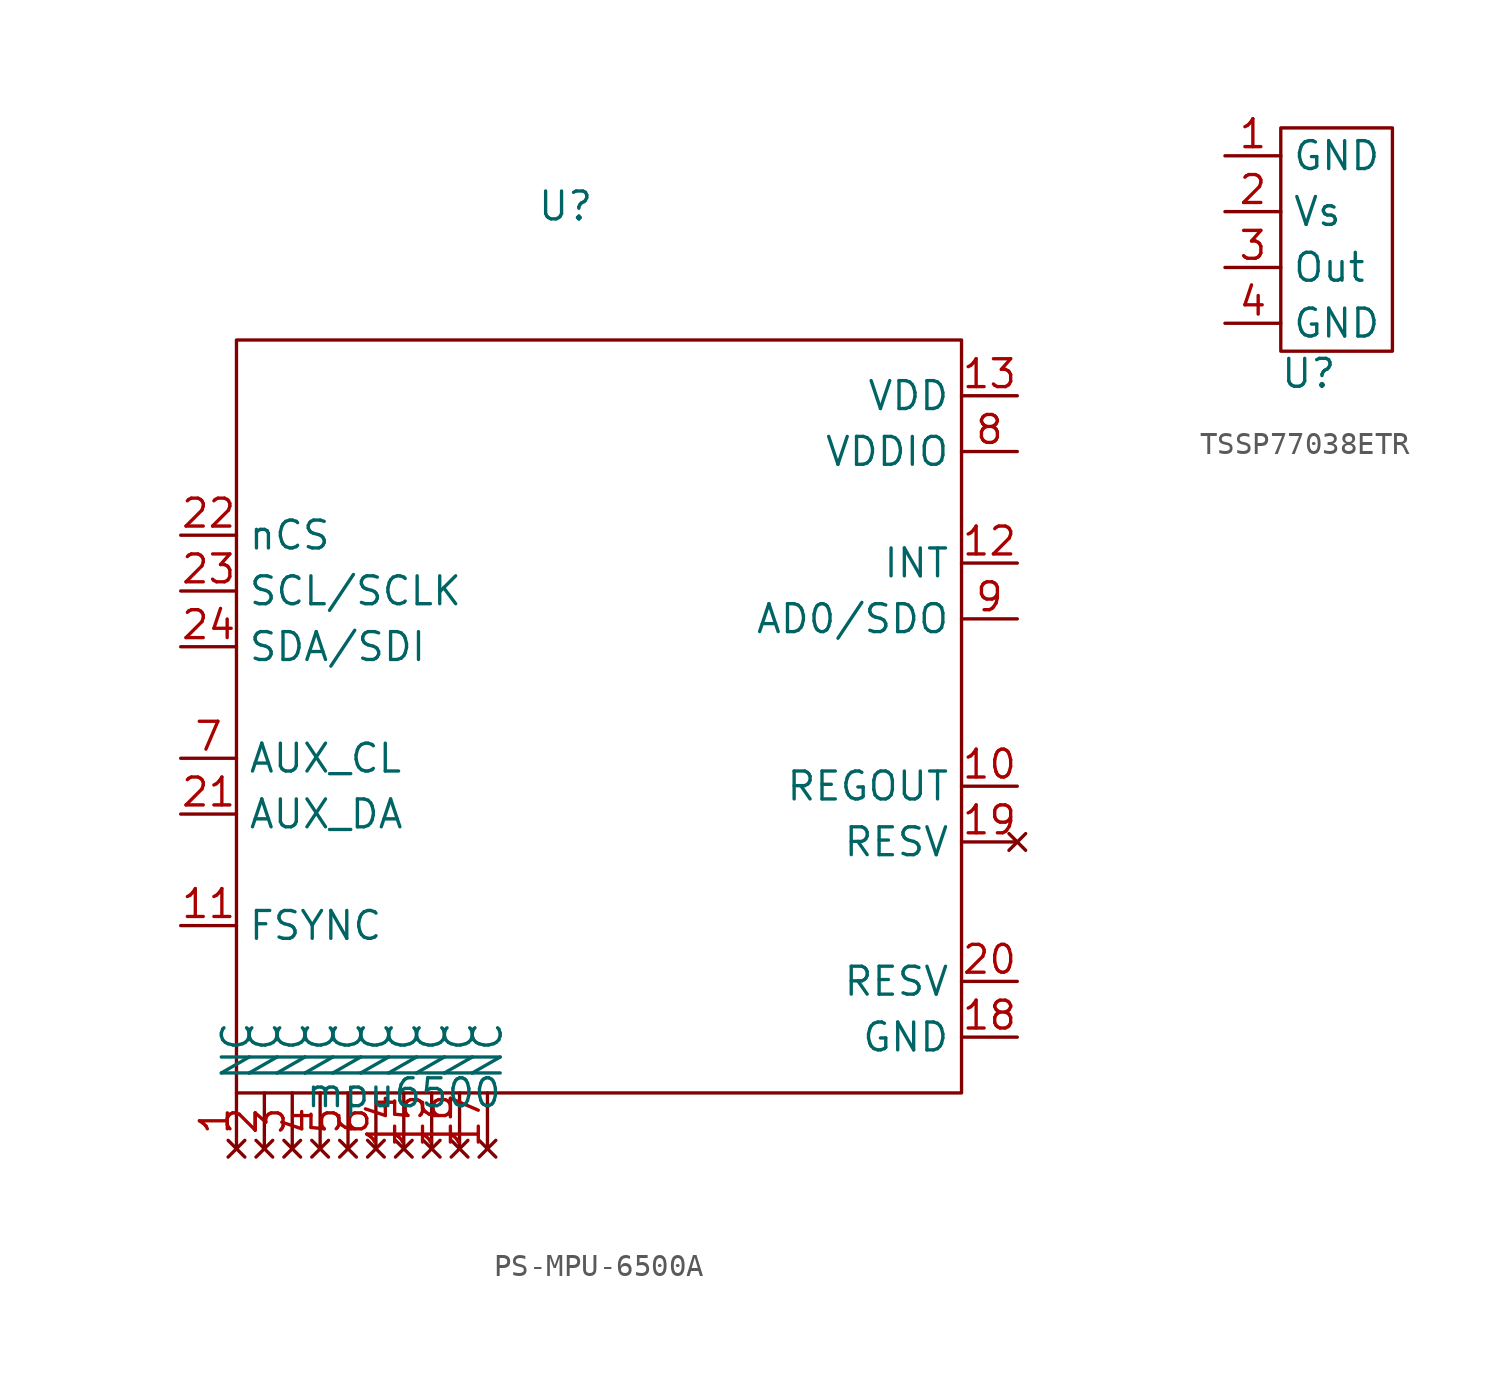
<source format=kicad_sym>
(kicad_symbol_lib
  (version 20241209)
  (generator "kicad_symbol_editor")
  (generator_version "9.0")
  (symbol "PS-MPU-6500A"
    (property "Reference" "U"
      (at 7.366 40.386 0)
      (effects (font (size 1.27 1.27))))
    (property "Value" "mpu6500"
      (at 0 0 0)
      (effects (font (size 1.27 1.27))))
    (symbol "PS-MPU-6500A_0_1"
      (rectangle (start -7.62 34.29) (end 25.4 0) (stroke (width 0) (type default)) (fill (type none))))
    (symbol "PS-MPU-6500A_1_1"
      (pin input line (at -10.16 25.4 0) (length 2.54) (name "nCS" (effects (font (size 1.27 1.27)))) (number "22" (effects (font (size 1.27 1.27)))))
      (pin bidirectional line (at -10.16 22.86 0) (length 2.54) (name "SCL/SCLK" (effects (font (size 1.27 1.27)))) (number "23" (effects (font (size 1.27 1.27)))))
      (pin bidirectional line (at -10.16 20.32 0) (length 2.54) (name "SDA/SDI" (effects (font (size 1.27 1.27)))) (number "24" (effects (font (size 1.27 1.27)))))
      (pin bidirectional line (at -10.16 15.24 0) (length 2.54) (name "AUX_CL" (effects (font (size 1.27 1.27)))) (number "7" (effects (font (size 1.27 1.27)))))
      (pin bidirectional line (at -10.16 12.7 0) (length 2.54) (name "AUX_DA" (effects (font (size 1.27 1.27)))) (number "21" (effects (font (size 1.27 1.27)))))
      (pin output line (at -10.16 7.62 0) (length 2.54) (name "FSYNC" (effects (font (size 1.27 1.27)))) (number "11" (effects (font (size 1.27 1.27)))))
      (pin no_connect line (at -7.62 -2.54 90) (length 2.54) (name "NC" (effects (font (size 1.27 1.27)))) (number "1" (effects (font (size 1.27 1.27)))))
      (pin no_connect line (at -6.35 -2.54 90) (length 2.54) (name "NC" (effects (font (size 1.27 1.27)))) (number "2" (effects (font (size 1.27 1.27)))))
      (pin no_connect line (at -5.08 -2.54 90) (length 2.54) (name "NC" (effects (font (size 1.27 1.27)))) (number "3" (effects (font (size 1.27 1.27)))))
      (pin no_connect line (at -3.81 -2.54 90) (length 2.54) (name "NC" (effects (font (size 1.27 1.27)))) (number "4" (effects (font (size 1.27 1.27)))))
      (pin no_connect line (at -2.54 -2.54 90) (length 2.54) (name "NC" (effects (font (size 1.27 1.27)))) (number "5" (effects (font (size 1.27 1.27)))))
      (pin no_connect line (at -1.27 -2.54 90) (length 2.54) (name "NC" (effects (font (size 1.27 1.27)))) (number "6" (effects (font (size 1.27 1.27)))))
      (pin no_connect line (at 0 -2.54 90) (length 2.54) (name "NC" (effects (font (size 1.27 1.27)))) (number "14" (effects (font (size 1.27 1.27)))))
      (pin no_connect line (at 1.27 -2.54 90) (length 2.54) (name "NC" (effects (font (size 1.27 1.27)))) (number "15" (effects (font (size 1.27 1.27)))))
      (pin no_connect line (at 2.54 -2.54 90) (length 2.54) (name "NC" (effects (font (size 1.27 1.27)))) (number "16" (effects (font (size 1.27 1.27)))))
      (pin no_connect line (at 3.81 -2.54 90) (length 2.54) (name "NC" (effects (font (size 1.27 1.27)))) (number "17" (effects (font (size 1.27 1.27)))))
      (pin input line (at 27.94 31.75 180) (length 2.54) (name "VDD" (effects (font (size 1.27 1.27)))) (number "13" (effects (font (size 1.27 1.27)))))
      (pin input line (at 27.94 29.21 180) (length 2.54) (name "VDDIO" (effects (font (size 1.27 1.27)))) (number "8" (effects (font (size 1.27 1.27)))))
      (pin output line (at 27.94 24.13 180) (length 2.54) (name "INT" (effects (font (size 1.27 1.27)))) (number "12" (effects (font (size 1.27 1.27)))))
      (pin output line (at 27.94 21.59 180) (length 2.54) (name "AD0/SDO" (effects (font (size 1.27 1.27)))) (number "9" (effects (font (size 1.27 1.27)))))
      (pin input line (at 27.94 13.97 180) (length 2.54) (name "REGOUT" (effects (font (size 1.27 1.27)))) (number "10" (effects (font (size 1.27 1.27)))))
      (pin no_connect line (at 27.94 11.43 180) (length 2.54) (name "RESV" (effects (font (size 1.27 1.27)))) (number "19" (effects (font (size 1.27 1.27)))))
      (pin input line (at 27.94 5.08 180) (length 2.54) (name "RESV" (effects (font (size 1.27 1.27)))) (number "20" (effects (font (size 1.27 1.27)))))
      (pin input line (at 27.94 2.54 180) (length 2.54) (name "GND" (effects (font (size 1.27 1.27)))) (number "18" (effects (font (size 1.27 1.27)))))))
  (symbol "TSSP77038ETR"
    (property "Reference" "U"
      (at 0 -2.286 0)
      (effects (font (size 1.27 1.27))))
    (property "Value" ""
      (at 0 0 0)
      (effects (font (size 1.27 1.27))))
    (symbol "TSSP77038ETR_0_1"
      (rectangle (start -1.27 8.89) (end 3.81 -1.27) (stroke (width 0) (type default)) (fill (type none))))
    (symbol "TSSP77038ETR_1_1"
      (pin power_out line (at -3.81 7.62 0) (length 2.54) (name "GND" (effects (font (size 1.27 1.27)))) (number "1" (effects (font (size 1.27 1.27)))))
      (pin power_in line (at -3.81 5.08 0) (length 2.54) (name "Vs" (effects (font (size 1.27 1.27)))) (number "2" (effects (font (size 1.27 1.27)))))
      (pin output line (at -3.81 2.54 0) (length 2.54) (name "Out" (effects (font (size 1.27 1.27)))) (number "3" (effects (font (size 1.27 1.27)))))
      (pin power_out line (at -3.81 0 0) (length 2.54) (name "GND" (effects (font (size 1.27 1.27)))) (number "4" (effects (font (size 1.27 1.27))))))))
</source>
